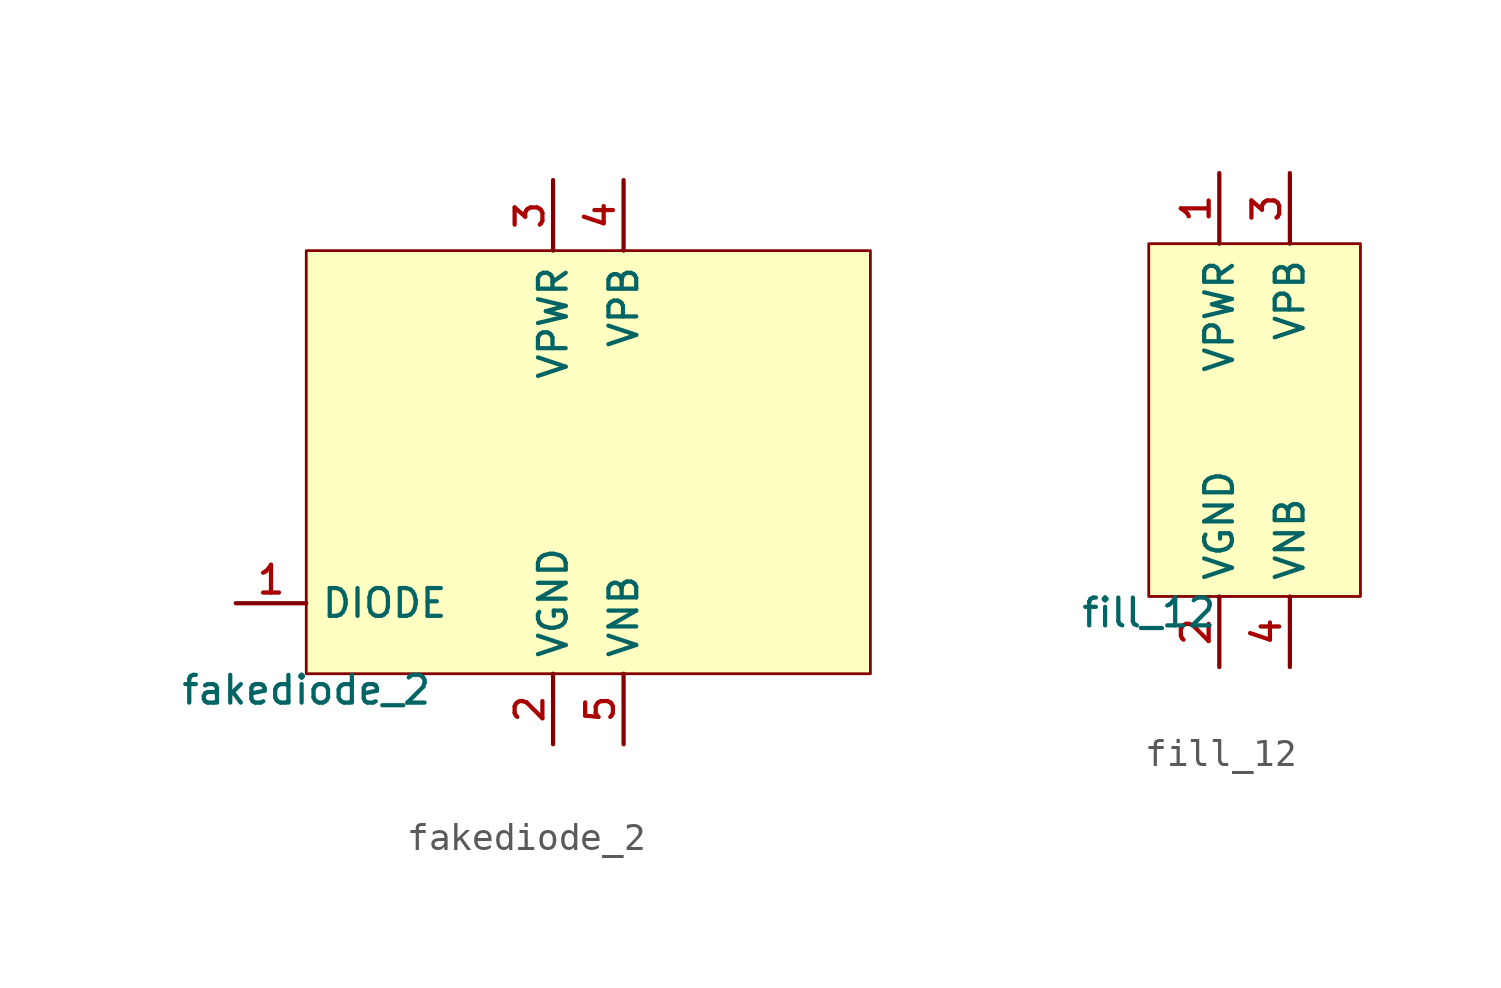
<source format=kicad_sym>
(kicad_symbol_lib
  (version 20211014)
  (generator pdk2kicad)
  (symbol "fakediode_2"
    (property "Reference" "X"
      (at 0 0 0)
      (effects (font (size 1 1)) hide))
    (property "Value" "fakediode_2"
      (at -10.16 -7.62 0)
      (effects (font (size 1 1)) (justify top)))
    (rectangle
      (start -10.16 -7.62)
      (end 10.16 7.62)
      (stroke (width 0.1) (type solid) (color 0 0 0 0))
      (fill (type background)))
    (pin bidirectional line
      (at -12.7 -5.08 0)
      (length 2.54)
      (name "DIODE" (effects (font (size 1 1)) hide))
      (number "1" (effects (font (size 1 1)) hide)))
    (pin power_in line
      (at -1.27 -10.16 90)
      (length 2.54)
      (name "VGND" (effects (font (size 1 1)) hide))
      (number "2" (effects (font (size 1 1)) hide)))
    (pin power_in line
      (at -1.27 10.16 270)
      (length 2.54)
      (name "VPWR" (effects (font (size 1 1)) hide))
      (number "3" (effects (font (size 1 1)) hide)))
    (pin power_in line
      (at 1.27 10.16 270)
      (length 2.54)
      (name "VPB" (effects (font (size 1 1)) hide))
      (number "4" (effects (font (size 1 1)) hide)))
    (pin power_in line
      (at 1.27 -10.16 90)
      (length 2.54)
      (name "VNB" (effects (font (size 1 1)) hide))
      (number "5" (effects (font (size 1 1)) hide))))
  (symbol "fill_12"
    (property "Reference" "X"
      (at 0 0 0)
      (effects (font (size 1 1)) hide))
    (property "Value" "fill_12"
      (at -3.81 -6.35 0)
      (effects (font (size 1 1)) (justify top)))
    (rectangle
      (start -3.81 -6.35)
      (end 3.81 6.35)
      (stroke (width 0.1) (type solid) (color 0 0 0 0))
      (fill (type background)))
    (pin power_in line
      (at -1.27 8.89 270)
      (length 2.54)
      (name "VPWR" (effects (font (size 1 1)) hide))
      (number "1" (effects (font (size 1 1)) hide)))
    (pin power_in line
      (at -1.27 -8.89 90)
      (length 2.54)
      (name "VGND" (effects (font (size 1 1)) hide))
      (number "2" (effects (font (size 1 1)) hide)))
    (pin power_in line
      (at 1.27 8.89 270)
      (length 2.54)
      (name "VPB" (effects (font (size 1 1)) hide))
      (number "3" (effects (font (size 1 1)) hide)))
    (pin power_in line
      (at 1.27 -8.89 90)
      (length 2.54)
      (name "VNB" (effects (font (size 1 1)) hide))
      (number "4" (effects (font (size 1 1)) hide)))))
</source>
